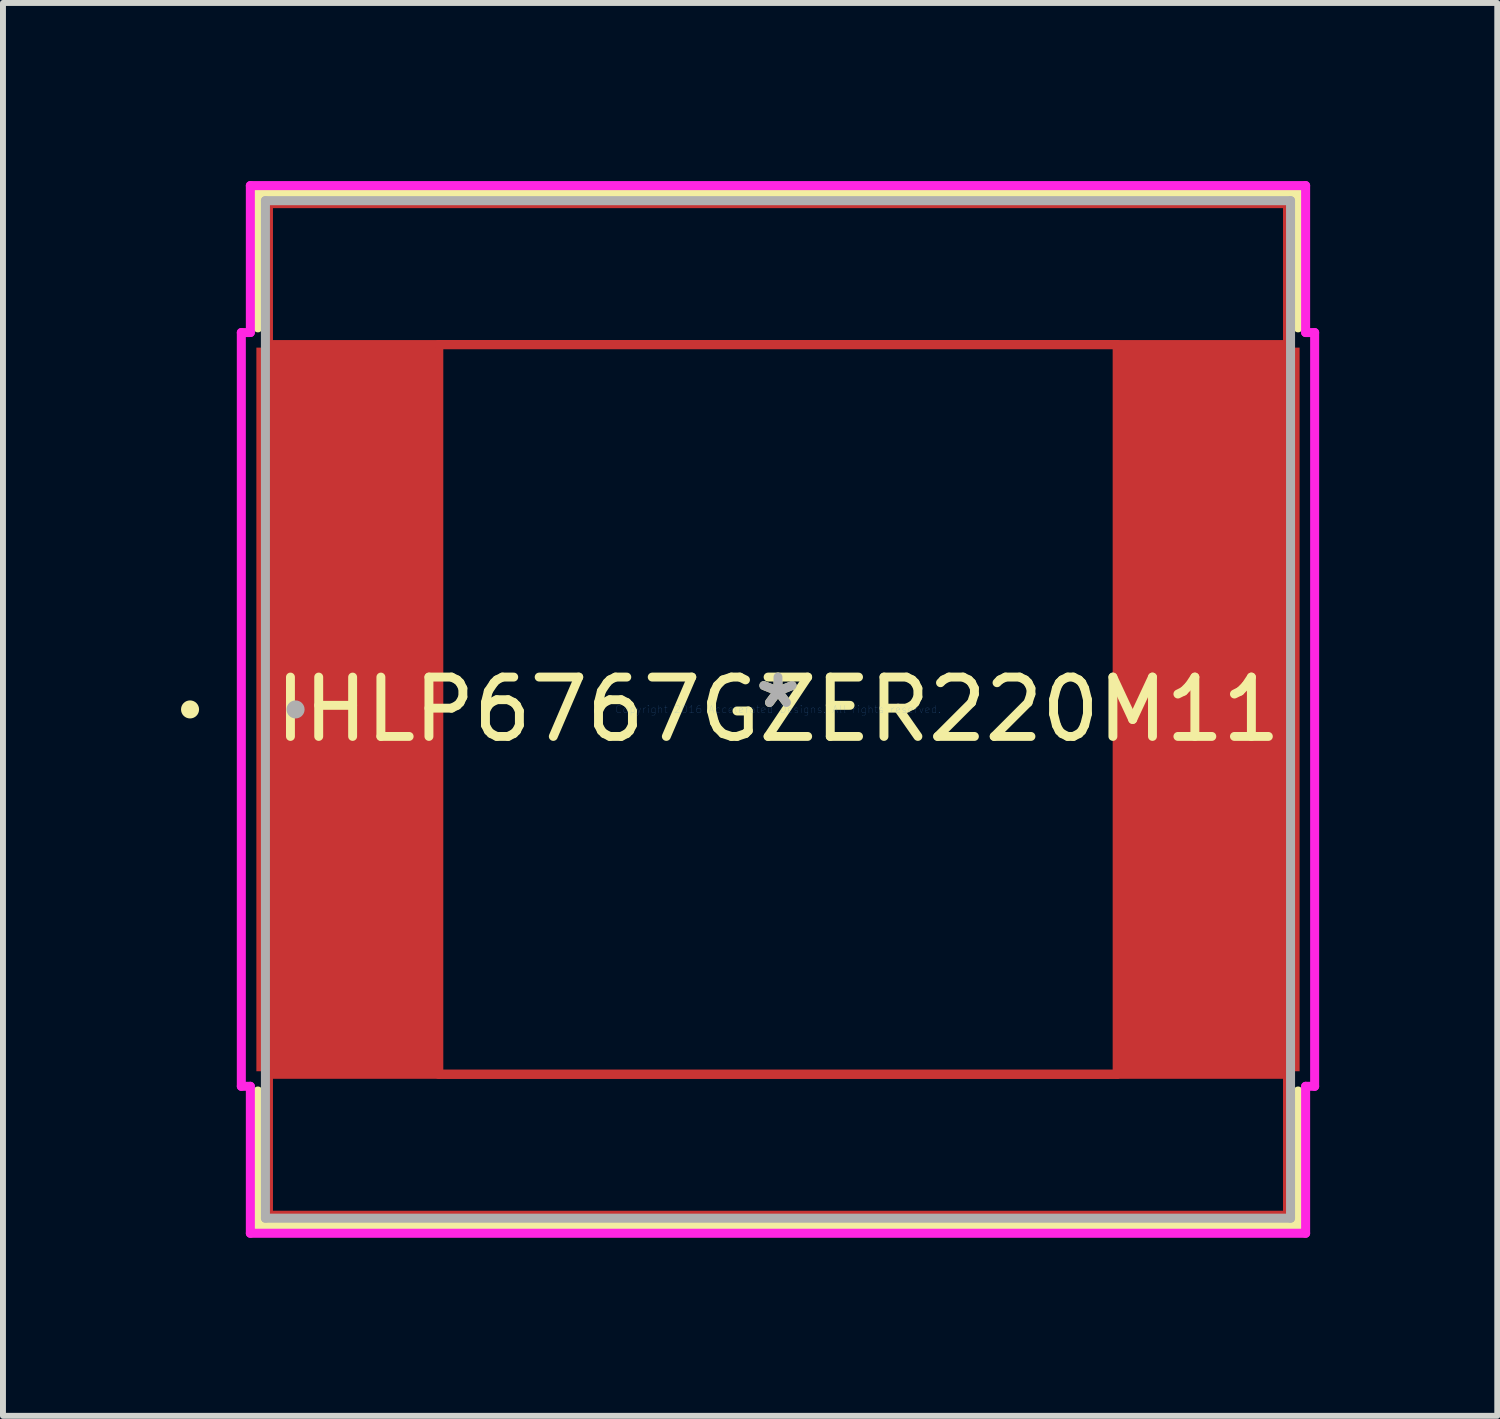
<source format=kicad_pcb>
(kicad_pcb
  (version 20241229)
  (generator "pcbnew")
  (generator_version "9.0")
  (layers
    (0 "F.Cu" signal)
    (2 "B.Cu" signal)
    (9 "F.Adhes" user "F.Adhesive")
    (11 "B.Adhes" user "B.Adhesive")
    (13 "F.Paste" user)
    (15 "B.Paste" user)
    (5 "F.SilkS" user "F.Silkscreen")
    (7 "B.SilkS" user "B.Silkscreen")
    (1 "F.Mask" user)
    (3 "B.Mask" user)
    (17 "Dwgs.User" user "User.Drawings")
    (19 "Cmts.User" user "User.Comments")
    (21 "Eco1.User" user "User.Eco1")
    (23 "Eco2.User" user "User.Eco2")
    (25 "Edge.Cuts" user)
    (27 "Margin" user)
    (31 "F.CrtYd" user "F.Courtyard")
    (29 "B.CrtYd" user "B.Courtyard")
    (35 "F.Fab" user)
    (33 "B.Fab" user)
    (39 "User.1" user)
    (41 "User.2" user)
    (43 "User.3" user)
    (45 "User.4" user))
  (footprint "IHLP6767GZER220M11"
    (layer "F.Cu")
    (at 10.058 8.903)
    (property "Reference" "IHLP6767GZER220M11" (at 0 0 0) (layer "F.SilkS") (effects (font (size 1 1) (thickness 0.15))))
    (attr through_hole)
    (fp_line (start -8.585 -8.522) (end 8.585 -8.522) (stroke (width 0.152) (type solid)) (layer "F.Cu"))
    (fp_line (start -8.585 -6.147) (end -8.585 -8.522) (stroke (width 0.152) (type solid)) (layer "F.Cu"))
    (fp_line (start -8.585 6.147) (end 8.585 6.147) (stroke (width 0.152) (type solid)) (layer "F.Cu"))
    (fp_line (start -8.585 8.522) (end -8.585 6.147) (stroke (width 0.152) (type solid)) (layer "F.Cu"))
    (fp_line (start -5.715 -6.147) (end 5.715 -6.147) (stroke (width 0.152) (type solid)) (layer "F.Cu"))
    (fp_line (start -5.715 6.147) (end -5.715 -6.147) (stroke (width 0.152) (type solid)) (layer "F.Cu"))
    (fp_line (start 5.715 -6.147) (end 5.715 6.147) (stroke (width 0.152) (type solid)) (layer "F.Cu"))
    (fp_line (start 5.715 6.147) (end -5.715 6.147) (stroke (width 0.152) (type solid)) (layer "F.Cu"))
    (fp_line (start 8.585 -8.522) (end 8.585 -6.147) (stroke (width 0.152) (type solid)) (layer "F.Cu"))
    (fp_line (start 8.585 -6.147) (end -8.585 -6.147) (stroke (width 0.152) (type solid)) (layer "F.Cu"))
    (fp_line (start 8.585 6.147) (end 8.585 8.522) (stroke (width 0.152) (type solid)) (layer "F.Cu"))
    (fp_line (start 8.585 8.522) (end -8.585 8.522) (stroke (width 0.152) (type solid)) (layer "F.Cu"))
    (fp_line (start -8.763 -8.7) (end -8.763 -6.429) (stroke (width 0.152) (type solid)) (layer "F.SilkS"))
    (fp_line (start -8.763 6.429) (end -8.763 8.7) (stroke (width 0.152) (type solid)) (layer "F.SilkS"))
    (fp_line (start -8.763 8.7) (end 8.763 8.7) (stroke (width 0.152) (type solid)) (layer "F.SilkS"))
    (fp_line (start 8.763 -8.7) (end -8.763 -8.7) (stroke (width 0.152) (type solid)) (layer "F.SilkS"))
    (fp_line (start 8.763 -6.429) (end 8.763 -8.7) (stroke (width 0.152) (type solid)) (layer "F.SilkS"))
    (fp_line (start 8.763 8.7) (end 8.763 6.429) (stroke (width 0.152) (type solid)) (layer "F.SilkS"))
    (fp_circle (center -9.906 0) (end -9.83 0) (stroke (width 0.152) (type solid)) (fill no) (layer "F.SilkS"))
    (fp_line (start -9.042 -6.35) (end -8.89 -6.35) (stroke (width 0.152) (type solid)) (layer "F.CrtYd"))
    (fp_line (start -9.042 6.35) (end -9.042 -6.35) (stroke (width 0.152) (type solid)) (layer "F.CrtYd"))
    (fp_line (start -8.89 -8.826) (end 8.89 -8.826) (stroke (width 0.152) (type solid)) (layer "F.CrtYd"))
    (fp_line (start -8.89 -6.35) (end -8.89 -8.826) (stroke (width 0.152) (type solid)) (layer "F.CrtYd"))
    (fp_line (start -8.89 6.35) (end -9.042 6.35) (stroke (width 0.152) (type solid)) (layer "F.CrtYd"))
    (fp_line (start -8.89 8.826) (end -8.89 6.35) (stroke (width 0.152) (type solid)) (layer "F.CrtYd"))
    (fp_line (start 8.89 -8.826) (end 8.89 -6.35) (stroke (width 0.152) (type solid)) (layer "F.CrtYd"))
    (fp_line (start 8.89 -6.35) (end 9.042 -6.35) (stroke (width 0.152) (type solid)) (layer "F.CrtYd"))
    (fp_line (start 8.89 6.35) (end 8.89 8.826) (stroke (width 0.152) (type solid)) (layer "F.CrtYd"))
    (fp_line (start 8.89 8.826) (end -8.89 8.826) (stroke (width 0.152) (type solid)) (layer "F.CrtYd"))
    (fp_line (start 9.042 -6.35) (end 9.042 6.35) (stroke (width 0.152) (type solid)) (layer "F.CrtYd"))
    (fp_line (start 9.042 6.35) (end 8.89 6.35) (stroke (width 0.152) (type solid)) (layer "F.CrtYd"))
    (fp_line (start -8.636 -8.572) (end -8.636 8.572) (stroke (width 0.152) (type solid)) (layer "F.Fab"))
    (fp_line (start -8.636 8.572) (end 8.636 8.572) (stroke (width 0.152) (type solid)) (layer "F.Fab"))
    (fp_line (start 8.636 -8.572) (end -8.636 -8.572) (stroke (width 0.152) (type solid)) (layer "F.Fab"))
    (fp_line (start 8.636 8.572) (end 8.636 -8.572) (stroke (width 0.152) (type solid)) (layer "F.Fab"))
    (fp_circle (center -8.128 0) (end -8.052 0) (stroke (width 0.152) (type solid)) (fill no) (layer "F.Fab"))
    (fp_text user "*" (at 0 0 0) (layer "F.SilkS") (effects (font (size 1 1) (thickness 0.15))))
    (fp_text user "Copyright 2016 Accelerated Designs. All rights reserved." (at 0 0 0) (layer "Cmts.User") (effects (font (size 0.127 0.127) (thickness 0.002))))
    (fp_text user "*" (at 0 0 0) (layer "F.Fab") (effects (font (size 1 1) (thickness 0.15))))
    (pad "1" smd rect (at -7.277 0 90) (size 12.192 3.023) (layers "F.Cu" "F.Mask" "F.Paste"))
    (pad "2" smd rect (at 7.277 0 90) (size 12.192 3.023) (layers "F.Cu" "F.Mask" "F.Paste")))
  (gr_rect
    (start -3 -3)
    (end 22.177 20.805)
    (stroke (width 0.1) (type default))
    (fill no)
    (layer "Edge.Cuts")))
</source>
